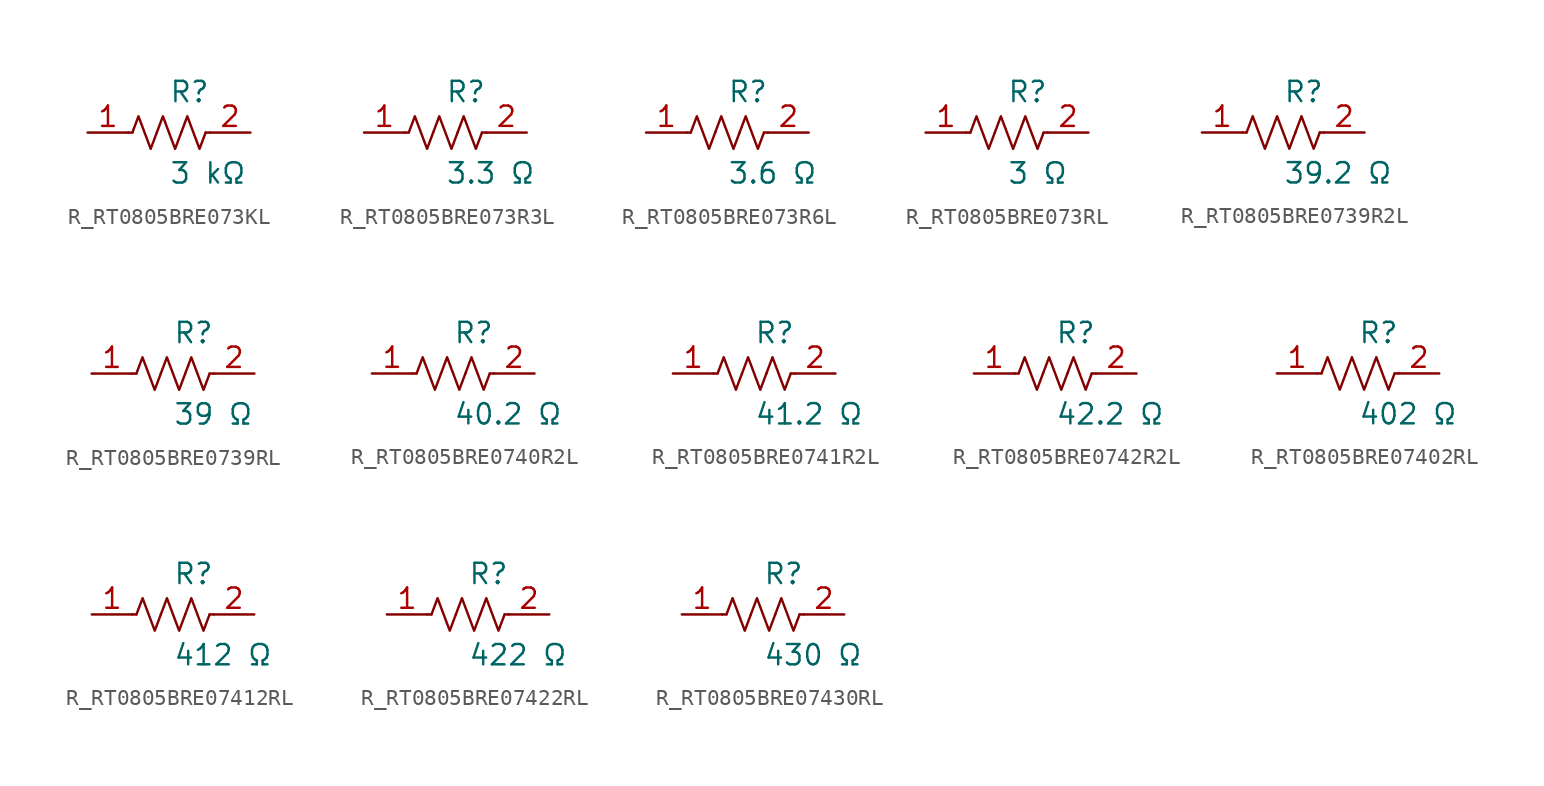
<source format=kicad_sym>
(kicad_symbol_lib
  (version 20231120)
  (generator kicad_symbol_editor)
  (generator_version 8.0)
  (symbol "R_RT0805BRE073KL"
    (pin_names
      (offset 0.254))
    (property "Reference" "R"
      (at 0.0 2.54 0)
      (effects (font (size 1.27 1.27)) (justify left)))
    (property "Value" "3 kΩ"
      (at 0.0 -2.54 0)
      (effects (font (size 1.27 1.27)) (justify left)))
    (symbol "R_RT0805BRE073KL_0_1"
      (polyline (pts (xy 2.286 0) (xy 2.54 0)) (stroke (width 0) (type default)) (fill (type none)))
      (polyline (pts (xy -2.286 0) (xy -2.54 0)) (stroke (width 0) (type default)) (fill (type none)))
      (polyline (pts (xy 0.762 0) (xy 1.143 1.016) (xy 1.524 0) (xy 1.905 -1.016) (xy 2.286 0)) (stroke (width 0) (type default)) (fill (type none)))
      (polyline (pts (xy -0.762 0) (xy -0.381 1.016) (xy 0 0) (xy 0.381 -1.016) (xy 0.762 0)) (stroke (width 0) (type default)) (fill (type none)))
      (polyline (pts (xy -2.286 0) (xy -1.905 1.016) (xy -1.524 0) (xy -1.143 -1.016) (xy -0.762 0)) (stroke (width 0) (type default)) (fill (type none))))
    (pin unspecified line
      (at -5.08 0 0)
      (length 2.54)
      (name "" (effects (font (size 1.27 1.27))))
      (number "1" (effects (font (size 1.27 1.27)))))
    (pin unspecified line
      (at 5.08 0 180)
      (length 2.54)
      (name "" (effects (font (size 1.27 1.27))))
      (number "2" (effects (font (size 1.27 1.27))))))
  (symbol "R_RT0805BRE073R3L"
    (pin_names
      (offset 0.254))
    (property "Reference" "R"
      (at 0.0 2.54 0)
      (effects (font (size 1.27 1.27)) (justify left)))
    (property "Value" "3.3 Ω"
      (at 0.0 -2.54 0)
      (effects (font (size 1.27 1.27)) (justify left)))
    (symbol "R_RT0805BRE073R3L_0_1"
      (polyline (pts (xy 2.286 0) (xy 2.54 0)) (stroke (width 0) (type default)) (fill (type none)))
      (polyline (pts (xy -2.286 0) (xy -2.54 0)) (stroke (width 0) (type default)) (fill (type none)))
      (polyline (pts (xy 0.762 0) (xy 1.143 1.016) (xy 1.524 0) (xy 1.905 -1.016) (xy 2.286 0)) (stroke (width 0) (type default)) (fill (type none)))
      (polyline (pts (xy -0.762 0) (xy -0.381 1.016) (xy 0 0) (xy 0.381 -1.016) (xy 0.762 0)) (stroke (width 0) (type default)) (fill (type none)))
      (polyline (pts (xy -2.286 0) (xy -1.905 1.016) (xy -1.524 0) (xy -1.143 -1.016) (xy -0.762 0)) (stroke (width 0) (type default)) (fill (type none))))
    (pin unspecified line
      (at -5.08 0 0)
      (length 2.54)
      (name "" (effects (font (size 1.27 1.27))))
      (number "1" (effects (font (size 1.27 1.27)))))
    (pin unspecified line
      (at 5.08 0 180)
      (length 2.54)
      (name "" (effects (font (size 1.27 1.27))))
      (number "2" (effects (font (size 1.27 1.27))))))
  (symbol "R_RT0805BRE073R6L"
    (pin_names
      (offset 0.254))
    (property "Reference" "R"
      (at 0.0 2.54 0)
      (effects (font (size 1.27 1.27)) (justify left)))
    (property "Value" "3.6 Ω"
      (at 0.0 -2.54 0)
      (effects (font (size 1.27 1.27)) (justify left)))
    (symbol "R_RT0805BRE073R6L_0_1"
      (polyline (pts (xy 2.286 0) (xy 2.54 0)) (stroke (width 0) (type default)) (fill (type none)))
      (polyline (pts (xy -2.286 0) (xy -2.54 0)) (stroke (width 0) (type default)) (fill (type none)))
      (polyline (pts (xy 0.762 0) (xy 1.143 1.016) (xy 1.524 0) (xy 1.905 -1.016) (xy 2.286 0)) (stroke (width 0) (type default)) (fill (type none)))
      (polyline (pts (xy -0.762 0) (xy -0.381 1.016) (xy 0 0) (xy 0.381 -1.016) (xy 0.762 0)) (stroke (width 0) (type default)) (fill (type none)))
      (polyline (pts (xy -2.286 0) (xy -1.905 1.016) (xy -1.524 0) (xy -1.143 -1.016) (xy -0.762 0)) (stroke (width 0) (type default)) (fill (type none))))
    (pin unspecified line
      (at -5.08 0 0)
      (length 2.54)
      (name "" (effects (font (size 1.27 1.27))))
      (number "1" (effects (font (size 1.27 1.27)))))
    (pin unspecified line
      (at 5.08 0 180)
      (length 2.54)
      (name "" (effects (font (size 1.27 1.27))))
      (number "2" (effects (font (size 1.27 1.27))))))
  (symbol "R_RT0805BRE073RL"
    (pin_names
      (offset 0.254))
    (property "Reference" "R"
      (at 0.0 2.54 0)
      (effects (font (size 1.27 1.27)) (justify left)))
    (property "Value" "3 Ω"
      (at 0.0 -2.54 0)
      (effects (font (size 1.27 1.27)) (justify left)))
    (symbol "R_RT0805BRE073RL_0_1"
      (polyline (pts (xy 2.286 0) (xy 2.54 0)) (stroke (width 0) (type default)) (fill (type none)))
      (polyline (pts (xy -2.286 0) (xy -2.54 0)) (stroke (width 0) (type default)) (fill (type none)))
      (polyline (pts (xy 0.762 0) (xy 1.143 1.016) (xy 1.524 0) (xy 1.905 -1.016) (xy 2.286 0)) (stroke (width 0) (type default)) (fill (type none)))
      (polyline (pts (xy -0.762 0) (xy -0.381 1.016) (xy 0 0) (xy 0.381 -1.016) (xy 0.762 0)) (stroke (width 0) (type default)) (fill (type none)))
      (polyline (pts (xy -2.286 0) (xy -1.905 1.016) (xy -1.524 0) (xy -1.143 -1.016) (xy -0.762 0)) (stroke (width 0) (type default)) (fill (type none))))
    (pin unspecified line
      (at -5.08 0 0)
      (length 2.54)
      (name "" (effects (font (size 1.27 1.27))))
      (number "1" (effects (font (size 1.27 1.27)))))
    (pin unspecified line
      (at 5.08 0 180)
      (length 2.54)
      (name "" (effects (font (size 1.27 1.27))))
      (number "2" (effects (font (size 1.27 1.27))))))
  (symbol "R_RT0805BRE0739R2L"
    (pin_names
      (offset 0.254))
    (property "Reference" "R"
      (at 0.0 2.54 0)
      (effects (font (size 1.27 1.27)) (justify left)))
    (property "Value" "39.2 Ω"
      (at 0.0 -2.54 0)
      (effects (font (size 1.27 1.27)) (justify left)))
    (symbol "R_RT0805BRE0739R2L_0_1"
      (polyline (pts (xy 2.286 0) (xy 2.54 0)) (stroke (width 0) (type default)) (fill (type none)))
      (polyline (pts (xy -2.286 0) (xy -2.54 0)) (stroke (width 0) (type default)) (fill (type none)))
      (polyline (pts (xy 0.762 0) (xy 1.143 1.016) (xy 1.524 0) (xy 1.905 -1.016) (xy 2.286 0)) (stroke (width 0) (type default)) (fill (type none)))
      (polyline (pts (xy -0.762 0) (xy -0.381 1.016) (xy 0 0) (xy 0.381 -1.016) (xy 0.762 0)) (stroke (width 0) (type default)) (fill (type none)))
      (polyline (pts (xy -2.286 0) (xy -1.905 1.016) (xy -1.524 0) (xy -1.143 -1.016) (xy -0.762 0)) (stroke (width 0) (type default)) (fill (type none))))
    (pin unspecified line
      (at -5.08 0 0)
      (length 2.54)
      (name "" (effects (font (size 1.27 1.27))))
      (number "1" (effects (font (size 1.27 1.27)))))
    (pin unspecified line
      (at 5.08 0 180)
      (length 2.54)
      (name "" (effects (font (size 1.27 1.27))))
      (number "2" (effects (font (size 1.27 1.27))))))
  (symbol "R_RT0805BRE0739RL"
    (pin_names
      (offset 0.254))
    (property "Reference" "R"
      (at 0.0 2.54 0)
      (effects (font (size 1.27 1.27)) (justify left)))
    (property "Value" "39 Ω"
      (at 0.0 -2.54 0)
      (effects (font (size 1.27 1.27)) (justify left)))
    (symbol "R_RT0805BRE0739RL_0_1"
      (polyline (pts (xy 2.286 0) (xy 2.54 0)) (stroke (width 0) (type default)) (fill (type none)))
      (polyline (pts (xy -2.286 0) (xy -2.54 0)) (stroke (width 0) (type default)) (fill (type none)))
      (polyline (pts (xy 0.762 0) (xy 1.143 1.016) (xy 1.524 0) (xy 1.905 -1.016) (xy 2.286 0)) (stroke (width 0) (type default)) (fill (type none)))
      (polyline (pts (xy -0.762 0) (xy -0.381 1.016) (xy 0 0) (xy 0.381 -1.016) (xy 0.762 0)) (stroke (width 0) (type default)) (fill (type none)))
      (polyline (pts (xy -2.286 0) (xy -1.905 1.016) (xy -1.524 0) (xy -1.143 -1.016) (xy -0.762 0)) (stroke (width 0) (type default)) (fill (type none))))
    (pin unspecified line
      (at -5.08 0 0)
      (length 2.54)
      (name "" (effects (font (size 1.27 1.27))))
      (number "1" (effects (font (size 1.27 1.27)))))
    (pin unspecified line
      (at 5.08 0 180)
      (length 2.54)
      (name "" (effects (font (size 1.27 1.27))))
      (number "2" (effects (font (size 1.27 1.27))))))
  (symbol "R_RT0805BRE0740R2L"
    (pin_names
      (offset 0.254))
    (property "Reference" "R"
      (at 0.0 2.54 0)
      (effects (font (size 1.27 1.27)) (justify left)))
    (property "Value" "40.2 Ω"
      (at 0.0 -2.54 0)
      (effects (font (size 1.27 1.27)) (justify left)))
    (symbol "R_RT0805BRE0740R2L_0_1"
      (polyline (pts (xy 2.286 0) (xy 2.54 0)) (stroke (width 0) (type default)) (fill (type none)))
      (polyline (pts (xy -2.286 0) (xy -2.54 0)) (stroke (width 0) (type default)) (fill (type none)))
      (polyline (pts (xy 0.762 0) (xy 1.143 1.016) (xy 1.524 0) (xy 1.905 -1.016) (xy 2.286 0)) (stroke (width 0) (type default)) (fill (type none)))
      (polyline (pts (xy -0.762 0) (xy -0.381 1.016) (xy 0 0) (xy 0.381 -1.016) (xy 0.762 0)) (stroke (width 0) (type default)) (fill (type none)))
      (polyline (pts (xy -2.286 0) (xy -1.905 1.016) (xy -1.524 0) (xy -1.143 -1.016) (xy -0.762 0)) (stroke (width 0) (type default)) (fill (type none))))
    (pin unspecified line
      (at -5.08 0 0)
      (length 2.54)
      (name "" (effects (font (size 1.27 1.27))))
      (number "1" (effects (font (size 1.27 1.27)))))
    (pin unspecified line
      (at 5.08 0 180)
      (length 2.54)
      (name "" (effects (font (size 1.27 1.27))))
      (number "2" (effects (font (size 1.27 1.27))))))
  (symbol "R_RT0805BRE0741R2L"
    (pin_names
      (offset 0.254))
    (property "Reference" "R"
      (at 0.0 2.54 0)
      (effects (font (size 1.27 1.27)) (justify left)))
    (property "Value" "41.2 Ω"
      (at 0.0 -2.54 0)
      (effects (font (size 1.27 1.27)) (justify left)))
    (symbol "R_RT0805BRE0741R2L_0_1"
      (polyline (pts (xy 2.286 0) (xy 2.54 0)) (stroke (width 0) (type default)) (fill (type none)))
      (polyline (pts (xy -2.286 0) (xy -2.54 0)) (stroke (width 0) (type default)) (fill (type none)))
      (polyline (pts (xy 0.762 0) (xy 1.143 1.016) (xy 1.524 0) (xy 1.905 -1.016) (xy 2.286 0)) (stroke (width 0) (type default)) (fill (type none)))
      (polyline (pts (xy -0.762 0) (xy -0.381 1.016) (xy 0 0) (xy 0.381 -1.016) (xy 0.762 0)) (stroke (width 0) (type default)) (fill (type none)))
      (polyline (pts (xy -2.286 0) (xy -1.905 1.016) (xy -1.524 0) (xy -1.143 -1.016) (xy -0.762 0)) (stroke (width 0) (type default)) (fill (type none))))
    (pin unspecified line
      (at -5.08 0 0)
      (length 2.54)
      (name "" (effects (font (size 1.27 1.27))))
      (number "1" (effects (font (size 1.27 1.27)))))
    (pin unspecified line
      (at 5.08 0 180)
      (length 2.54)
      (name "" (effects (font (size 1.27 1.27))))
      (number "2" (effects (font (size 1.27 1.27))))))
  (symbol "R_RT0805BRE0742R2L"
    (pin_names
      (offset 0.254))
    (property "Reference" "R"
      (at 0.0 2.54 0)
      (effects (font (size 1.27 1.27)) (justify left)))
    (property "Value" "42.2 Ω"
      (at 0.0 -2.54 0)
      (effects (font (size 1.27 1.27)) (justify left)))
    (symbol "R_RT0805BRE0742R2L_0_1"
      (polyline (pts (xy 2.286 0) (xy 2.54 0)) (stroke (width 0) (type default)) (fill (type none)))
      (polyline (pts (xy -2.286 0) (xy -2.54 0)) (stroke (width 0) (type default)) (fill (type none)))
      (polyline (pts (xy 0.762 0) (xy 1.143 1.016) (xy 1.524 0) (xy 1.905 -1.016) (xy 2.286 0)) (stroke (width 0) (type default)) (fill (type none)))
      (polyline (pts (xy -0.762 0) (xy -0.381 1.016) (xy 0 0) (xy 0.381 -1.016) (xy 0.762 0)) (stroke (width 0) (type default)) (fill (type none)))
      (polyline (pts (xy -2.286 0) (xy -1.905 1.016) (xy -1.524 0) (xy -1.143 -1.016) (xy -0.762 0)) (stroke (width 0) (type default)) (fill (type none))))
    (pin unspecified line
      (at -5.08 0 0)
      (length 2.54)
      (name "" (effects (font (size 1.27 1.27))))
      (number "1" (effects (font (size 1.27 1.27)))))
    (pin unspecified line
      (at 5.08 0 180)
      (length 2.54)
      (name "" (effects (font (size 1.27 1.27))))
      (number "2" (effects (font (size 1.27 1.27))))))
  (symbol "R_RT0805BRE07402RL"
    (pin_names
      (offset 0.254))
    (property "Reference" "R"
      (at 0.0 2.54 0)
      (effects (font (size 1.27 1.27)) (justify left)))
    (property "Value" "402 Ω"
      (at 0.0 -2.54 0)
      (effects (font (size 1.27 1.27)) (justify left)))
    (symbol "R_RT0805BRE07402RL_0_1"
      (polyline (pts (xy 2.286 0) (xy 2.54 0)) (stroke (width 0) (type default)) (fill (type none)))
      (polyline (pts (xy -2.286 0) (xy -2.54 0)) (stroke (width 0) (type default)) (fill (type none)))
      (polyline (pts (xy 0.762 0) (xy 1.143 1.016) (xy 1.524 0) (xy 1.905 -1.016) (xy 2.286 0)) (stroke (width 0) (type default)) (fill (type none)))
      (polyline (pts (xy -0.762 0) (xy -0.381 1.016) (xy 0 0) (xy 0.381 -1.016) (xy 0.762 0)) (stroke (width 0) (type default)) (fill (type none)))
      (polyline (pts (xy -2.286 0) (xy -1.905 1.016) (xy -1.524 0) (xy -1.143 -1.016) (xy -0.762 0)) (stroke (width 0) (type default)) (fill (type none))))
    (pin unspecified line
      (at -5.08 0 0)
      (length 2.54)
      (name "" (effects (font (size 1.27 1.27))))
      (number "1" (effects (font (size 1.27 1.27)))))
    (pin unspecified line
      (at 5.08 0 180)
      (length 2.54)
      (name "" (effects (font (size 1.27 1.27))))
      (number "2" (effects (font (size 1.27 1.27))))))
  (symbol "R_RT0805BRE07412RL"
    (pin_names
      (offset 0.254))
    (property "Reference" "R"
      (at 0.0 2.54 0)
      (effects (font (size 1.27 1.27)) (justify left)))
    (property "Value" "412 Ω"
      (at 0.0 -2.54 0)
      (effects (font (size 1.27 1.27)) (justify left)))
    (symbol "R_RT0805BRE07412RL_0_1"
      (polyline (pts (xy 2.286 0) (xy 2.54 0)) (stroke (width 0) (type default)) (fill (type none)))
      (polyline (pts (xy -2.286 0) (xy -2.54 0)) (stroke (width 0) (type default)) (fill (type none)))
      (polyline (pts (xy 0.762 0) (xy 1.143 1.016) (xy 1.524 0) (xy 1.905 -1.016) (xy 2.286 0)) (stroke (width 0) (type default)) (fill (type none)))
      (polyline (pts (xy -0.762 0) (xy -0.381 1.016) (xy 0 0) (xy 0.381 -1.016) (xy 0.762 0)) (stroke (width 0) (type default)) (fill (type none)))
      (polyline (pts (xy -2.286 0) (xy -1.905 1.016) (xy -1.524 0) (xy -1.143 -1.016) (xy -0.762 0)) (stroke (width 0) (type default)) (fill (type none))))
    (pin unspecified line
      (at -5.08 0 0)
      (length 2.54)
      (name "" (effects (font (size 1.27 1.27))))
      (number "1" (effects (font (size 1.27 1.27)))))
    (pin unspecified line
      (at 5.08 0 180)
      (length 2.54)
      (name "" (effects (font (size 1.27 1.27))))
      (number "2" (effects (font (size 1.27 1.27))))))
  (symbol "R_RT0805BRE07422RL"
    (pin_names
      (offset 0.254))
    (property "Reference" "R"
      (at 0.0 2.54 0)
      (effects (font (size 1.27 1.27)) (justify left)))
    (property "Value" "422 Ω"
      (at 0.0 -2.54 0)
      (effects (font (size 1.27 1.27)) (justify left)))
    (symbol "R_RT0805BRE07422RL_0_1"
      (polyline (pts (xy 2.286 0) (xy 2.54 0)) (stroke (width 0) (type default)) (fill (type none)))
      (polyline (pts (xy -2.286 0) (xy -2.54 0)) (stroke (width 0) (type default)) (fill (type none)))
      (polyline (pts (xy 0.762 0) (xy 1.143 1.016) (xy 1.524 0) (xy 1.905 -1.016) (xy 2.286 0)) (stroke (width 0) (type default)) (fill (type none)))
      (polyline (pts (xy -0.762 0) (xy -0.381 1.016) (xy 0 0) (xy 0.381 -1.016) (xy 0.762 0)) (stroke (width 0) (type default)) (fill (type none)))
      (polyline (pts (xy -2.286 0) (xy -1.905 1.016) (xy -1.524 0) (xy -1.143 -1.016) (xy -0.762 0)) (stroke (width 0) (type default)) (fill (type none))))
    (pin unspecified line
      (at -5.08 0 0)
      (length 2.54)
      (name "" (effects (font (size 1.27 1.27))))
      (number "1" (effects (font (size 1.27 1.27)))))
    (pin unspecified line
      (at 5.08 0 180)
      (length 2.54)
      (name "" (effects (font (size 1.27 1.27))))
      (number "2" (effects (font (size 1.27 1.27))))))
  (symbol "R_RT0805BRE07430RL"
    (pin_names
      (offset 0.254))
    (property "Reference" "R"
      (at 0.0 2.54 0)
      (effects (font (size 1.27 1.27)) (justify left)))
    (property "Value" "430 Ω"
      (at 0.0 -2.54 0)
      (effects (font (size 1.27 1.27)) (justify left)))
    (symbol "R_RT0805BRE07430RL_0_1"
      (polyline (pts (xy 2.286 0) (xy 2.54 0)) (stroke (width 0) (type default)) (fill (type none)))
      (polyline (pts (xy -2.286 0) (xy -2.54 0)) (stroke (width 0) (type default)) (fill (type none)))
      (polyline (pts (xy 0.762 0) (xy 1.143 1.016) (xy 1.524 0) (xy 1.905 -1.016) (xy 2.286 0)) (stroke (width 0) (type default)) (fill (type none)))
      (polyline (pts (xy -0.762 0) (xy -0.381 1.016) (xy 0 0) (xy 0.381 -1.016) (xy 0.762 0)) (stroke (width 0) (type default)) (fill (type none)))
      (polyline (pts (xy -2.286 0) (xy -1.905 1.016) (xy -1.524 0) (xy -1.143 -1.016) (xy -0.762 0)) (stroke (width 0) (type default)) (fill (type none))))
    (pin unspecified line
      (at -5.08 0 0)
      (length 2.54)
      (name "" (effects (font (size 1.27 1.27))))
      (number "1" (effects (font (size 1.27 1.27)))))
    (pin unspecified line
      (at 5.08 0 180)
      (length 2.54)
      (name "" (effects (font (size 1.27 1.27))))
      (number "2" (effects (font (size 1.27 1.27)))))))
</source>
